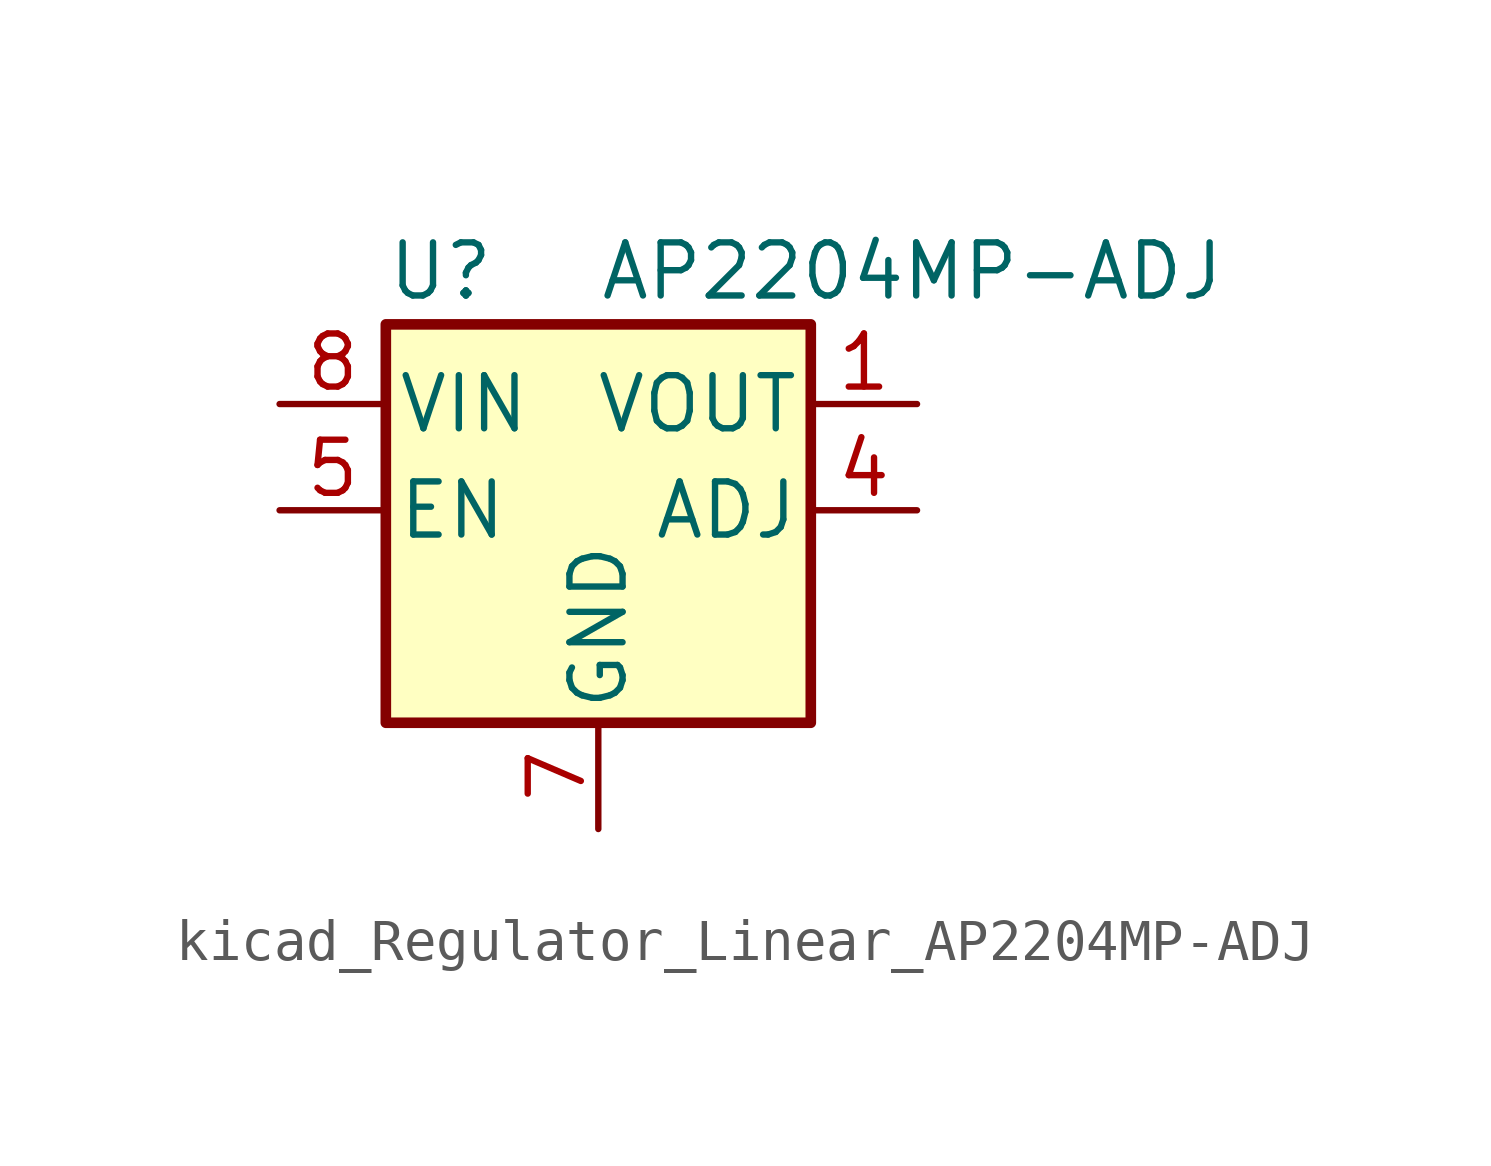
<source format=kicad_sym>
(kicad_symbol_lib
  (version 20220914)
  (generator kicad_symbol_editor)
  (symbol "kicad_Regulator_Linear_AP2204MP-ADJ"
    (pin_names
      (offset 0.254))
    (property "Reference" "U"
      (at -5.08 5.715 0)
      (effects (font (size 1.27 1.27)) (justify left)))
    (property "Value" "AP2204MP-ADJ"
      (at 0 5.715 0)
      (effects (font (size 1.27 1.27)) (justify left)))
    (symbol "kicad_Regulator_Linear_AP2204MP-ADJ_0_1"
      (rectangle (start -5.08 4.445) (end 5.08 -5.08) (stroke (width 0.254) (type default)) (fill (type background))))
    (symbol "kicad_Regulator_Linear_AP2204MP-ADJ_1_1"
      (pin power_out line (at 7.62 2.54 180) (length 2.54) (name "VOUT" (effects (font (size 1.27 1.27)))) (number "1" (effects (font (size 1.27 1.27)))))
      (pin no_connect line (at -5.08 -2.54 0) (length 2.54) hide (name "NC" (effects (font (size 1.27 1.27)))) (number "2" (effects (font (size 1.27 1.27)))))
      (pin no_connect line (at -2.54 -5.08 90) (length 2.54) hide (name "NC" (effects (font (size 1.27 1.27)))) (number "3" (effects (font (size 1.27 1.27)))))
      (pin input line (at 7.62 0 180) (length 2.54) (name "ADJ" (effects (font (size 1.27 1.27)))) (number "4" (effects (font (size 1.27 1.27)))))
      (pin input line (at -7.62 0 0) (length 2.54) (name "EN" (effects (font (size 1.27 1.27)))) (number "5" (effects (font (size 1.27 1.27)))))
      (pin no_connect line (at 5.08 -2.54 180) (length 2.54) hide (name "NC" (effects (font (size 1.27 1.27)))) (number "6" (effects (font (size 1.27 1.27)))))
      (pin power_in line (at 0 -7.62 90) (length 2.54) (name "GND" (effects (font (size 1.27 1.27)))) (number "7" (effects (font (size 1.27 1.27)))))
      (pin power_in line (at -7.62 2.54 0) (length 2.54) (name "VIN" (effects (font (size 1.27 1.27)))) (number "8" (effects (font (size 1.27 1.27)))))
      (pin passive line (at 0 -7.62 90) (length 2.54) hide (name "GND" (effects (font (size 1.27 1.27)))) (number "9" (effects (font (size 1.27 1.27))))))))
</source>
